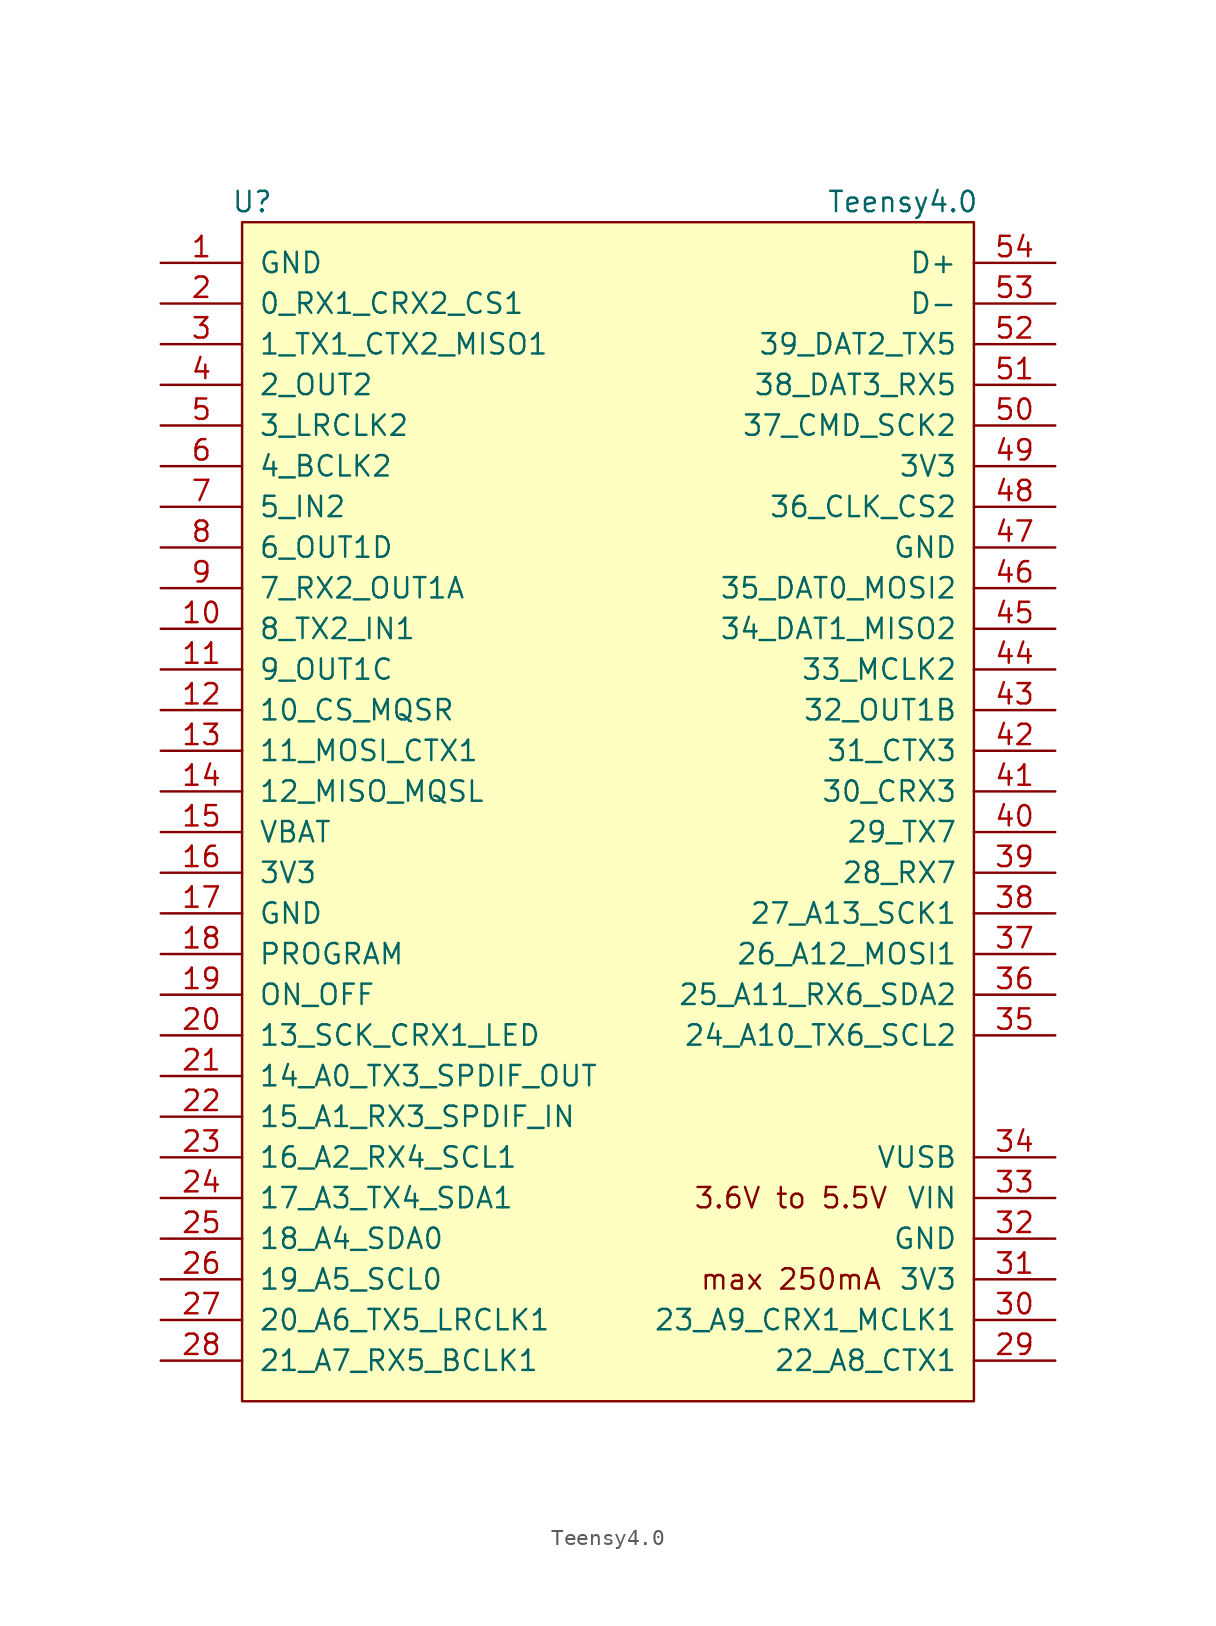
<source format=kicad_sym>
(kicad_symbol_lib
  (version 20241209)
  (generator "kicad_symbol_editor")
  (generator_version "9.0")
  (symbol "Teensy4.0"
    (pin_names
      (offset 1.016))
    (property "Reference" "U"
      (at -22.225 38.1 0)
      (effects (font (size 1.27 1.27))))
    (property "Value" "Teensy4.0"
      (at 18.415 38.1 0)
      (effects (font (size 1.27 1.27))))
    (symbol "Teensy4.0_0_0"
      (text "3.6V to 5.5V" (at 11.43 -24.13 0) (effects (font (size 1.27 1.27))))
      (text "max 250mA" (at 11.43 -29.21 0) (effects (font (size 1.27 1.27))))
      (pin bidirectional line (at -27.94 24.13 0) (length 5.08) (name "3_LRCLK2" (effects (font (size 1.27 1.27)))) (number "5" (effects (font (size 1.27 1.27)))))
      (pin bidirectional line (at -27.94 21.59 0) (length 5.08) (name "4_BCLK2" (effects (font (size 1.27 1.27)))) (number "6" (effects (font (size 1.27 1.27)))))
      (pin bidirectional line (at -27.94 19.05 0) (length 5.08) (name "5_IN2" (effects (font (size 1.27 1.27)))) (number "7" (effects (font (size 1.27 1.27)))))
      (pin bidirectional line (at -27.94 16.51 0) (length 5.08) (name "6_OUT1D" (effects (font (size 1.27 1.27)))) (number "8" (effects (font (size 1.27 1.27)))))
      (pin bidirectional line (at -27.94 13.97 0) (length 5.08) (name "7_RX2_OUT1A" (effects (font (size 1.27 1.27)))) (number "9" (effects (font (size 1.27 1.27)))))
      (pin bidirectional line (at -27.94 11.43 0) (length 5.08) (name "8_TX2_IN1" (effects (font (size 1.27 1.27)))) (number "10" (effects (font (size 1.27 1.27)))))
      (pin bidirectional line (at -27.94 8.89 0) (length 5.08) (name "9_OUT1C" (effects (font (size 1.27 1.27)))) (number "11" (effects (font (size 1.27 1.27)))))
      (pin bidirectional line (at -27.94 6.35 0) (length 5.08) (name "10_CS_MQSR" (effects (font (size 1.27 1.27)))) (number "12" (effects (font (size 1.27 1.27)))))
      (pin bidirectional line (at -27.94 3.81 0) (length 5.08) (name "11_MOSI_CTX1" (effects (font (size 1.27 1.27)))) (number "13" (effects (font (size 1.27 1.27)))))
      (pin bidirectional line (at -27.94 1.27 0) (length 5.08) (name "12_MISO_MQSL" (effects (font (size 1.27 1.27)))) (number "14" (effects (font (size 1.27 1.27)))))
      (pin power_in line (at -27.94 -1.27 0) (length 5.08) (name "VBAT" (effects (font (size 1.27 1.27)))) (number "15" (effects (font (size 1.27 1.27)))))
      (pin power_in line (at -27.94 -3.81 0) (length 5.08) (name "3V3" (effects (font (size 1.27 1.27)))) (number "16" (effects (font (size 1.27 1.27)))))
      (pin power_in line (at -27.94 -6.35 0) (length 5.08) (name "GND" (effects (font (size 1.27 1.27)))) (number "17" (effects (font (size 1.27 1.27)))))
      (pin input line (at -27.94 -8.89 0) (length 5.08) (name "PROGRAM" (effects (font (size 1.27 1.27)))) (number "18" (effects (font (size 1.27 1.27)))))
      (pin input line (at -27.94 -11.43 0) (length 5.08) (name "ON_OFF" (effects (font (size 1.27 1.27)))) (number "19" (effects (font (size 1.27 1.27)))))
      (pin bidirectional line (at -27.94 -13.97 0) (length 5.08) (name "13_SCK_CRX1_LED" (effects (font (size 1.27 1.27)))) (number "20" (effects (font (size 1.27 1.27)))))
      (pin bidirectional line (at -27.94 -16.51 0) (length 5.08) (name "14_A0_TX3_SPDIF_OUT" (effects (font (size 1.27 1.27)))) (number "21" (effects (font (size 1.27 1.27)))))
      (pin bidirectional line (at -27.94 -19.05 0) (length 5.08) (name "15_A1_RX3_SPDIF_IN" (effects (font (size 1.27 1.27)))) (number "22" (effects (font (size 1.27 1.27)))))
      (pin bidirectional line (at -27.94 -21.59 0) (length 5.08) (name "16_A2_RX4_SCL1" (effects (font (size 1.27 1.27)))) (number "23" (effects (font (size 1.27 1.27)))))
      (pin bidirectional line (at -27.94 -24.13 0) (length 5.08) (name "17_A3_TX4_SDA1" (effects (font (size 1.27 1.27)))) (number "24" (effects (font (size 1.27 1.27)))))
      (pin bidirectional line (at -27.94 -26.67 0) (length 5.08) (name "18_A4_SDA0" (effects (font (size 1.27 1.27)))) (number "25" (effects (font (size 1.27 1.27)))))
      (pin bidirectional line (at -27.94 -29.21 0) (length 5.08) (name "19_A5_SCL0" (effects (font (size 1.27 1.27)))) (number "26" (effects (font (size 1.27 1.27)))))
      (pin bidirectional line (at -27.94 -31.75 0) (length 5.08) (name "20_A6_TX5_LRCLK1" (effects (font (size 1.27 1.27)))) (number "27" (effects (font (size 1.27 1.27)))))
      (pin bidirectional line (at -27.94 -34.29 0) (length 5.08) (name "21_A7_RX5_BCLK1" (effects (font (size 1.27 1.27)))) (number "28" (effects (font (size 1.27 1.27)))))
      (pin bidirectional line (at 27.94 34.29 180) (length 5.08) (name "D+" (effects (font (size 1.27 1.27)))) (number "54" (effects (font (size 1.27 1.27)))))
      (pin bidirectional line (at 27.94 31.75 180) (length 5.08) (name "D-" (effects (font (size 1.27 1.27)))) (number "53" (effects (font (size 1.27 1.27)))))
      (pin bidirectional line (at 27.94 29.21 180) (length 5.08) (name "39_DAT2_TX5" (effects (font (size 1.27 1.27)))) (number "52" (effects (font (size 1.27 1.27)))))
      (pin bidirectional line (at 27.94 26.67 180) (length 5.08) (name "38_DAT3_RX5" (effects (font (size 1.27 1.27)))) (number "51" (effects (font (size 1.27 1.27)))))
      (pin bidirectional line (at 27.94 24.13 180) (length 5.08) (name "37_CMD_SCK2" (effects (font (size 1.27 1.27)))) (number "50" (effects (font (size 1.27 1.27)))))
      (pin power_out line (at 27.94 21.59 180) (length 5.08) (name "3V3" (effects (font (size 1.27 1.27)))) (number "49" (effects (font (size 1.27 1.27)))))
      (pin bidirectional line (at 27.94 19.05 180) (length 5.08) (name "36_CLK_CS2" (effects (font (size 1.27 1.27)))) (number "48" (effects (font (size 1.27 1.27)))))
      (pin power_out line (at 27.94 16.51 180) (length 5.08) (name "GND" (effects (font (size 1.27 1.27)))) (number "47" (effects (font (size 1.27 1.27)))))
      (pin bidirectional line (at 27.94 13.97 180) (length 5.08) (name "35_DAT0_MOSI2" (effects (font (size 1.27 1.27)))) (number "46" (effects (font (size 1.27 1.27)))))
      (pin bidirectional line (at 27.94 11.43 180) (length 5.08) (name "34_DAT1_MISO2" (effects (font (size 1.27 1.27)))) (number "45" (effects (font (size 1.27 1.27)))))
      (pin bidirectional line (at 27.94 8.89 180) (length 5.08) (name "33_MCLK2" (effects (font (size 1.27 1.27)))) (number "44" (effects (font (size 1.27 1.27)))))
      (pin bidirectional line (at 27.94 6.35 180) (length 5.08) (name "32_OUT1B" (effects (font (size 1.27 1.27)))) (number "43" (effects (font (size 1.27 1.27)))))
      (pin bidirectional line (at 27.94 3.81 180) (length 5.08) (name "31_CTX3" (effects (font (size 1.27 1.27)))) (number "42" (effects (font (size 1.27 1.27)))))
      (pin bidirectional line (at 27.94 1.27 180) (length 5.08) (name "30_CRX3" (effects (font (size 1.27 1.27)))) (number "41" (effects (font (size 1.27 1.27)))))
      (pin bidirectional line (at 27.94 -1.27 180) (length 5.08) (name "29_TX7" (effects (font (size 1.27 1.27)))) (number "40" (effects (font (size 1.27 1.27)))))
      (pin bidirectional line (at 27.94 -3.81 180) (length 5.08) (name "28_RX7" (effects (font (size 1.27 1.27)))) (number "39" (effects (font (size 1.27 1.27)))))
      (pin bidirectional line (at 27.94 -6.35 180) (length 5.08) (name "27_A13_SCK1" (effects (font (size 1.27 1.27)))) (number "38" (effects (font (size 1.27 1.27)))))
      (pin bidirectional line (at 27.94 -8.89 180) (length 5.08) (name "26_A12_MOSI1" (effects (font (size 1.27 1.27)))) (number "37" (effects (font (size 1.27 1.27)))))
      (pin bidirectional line (at 27.94 -11.43 180) (length 5.08) (name "25_A11_RX6_SDA2" (effects (font (size 1.27 1.27)))) (number "36" (effects (font (size 1.27 1.27)))))
      (pin bidirectional line (at 27.94 -13.97 180) (length 5.08) (name "24_A10_TX6_SCL2" (effects (font (size 1.27 1.27)))) (number "35" (effects (font (size 1.27 1.27)))))
      (pin power_out line (at 27.94 -21.59 180) (length 5.08) (name "VUSB" (effects (font (size 1.27 1.27)))) (number "34" (effects (font (size 1.27 1.27)))))
      (pin power_in line (at 27.94 -24.13 180) (length 5.08) (name "VIN" (effects (font (size 1.27 1.27)))) (number "33" (effects (font (size 1.27 1.27)))))
      (pin power_in line (at 27.94 -26.67 180) (length 5.08) (name "GND" (effects (font (size 1.27 1.27)))) (number "32" (effects (font (size 1.27 1.27)))))
      (pin power_out line (at 27.94 -29.21 180) (length 5.08) (name "3V3" (effects (font (size 1.27 1.27)))) (number "31" (effects (font (size 1.27 1.27)))))
      (pin bidirectional line (at 27.94 -31.75 180) (length 5.08) (name "23_A9_CRX1_MCLK1" (effects (font (size 1.27 1.27)))) (number "30" (effects (font (size 1.27 1.27)))))
      (pin bidirectional line (at 27.94 -34.29 180) (length 5.08) (name "22_A8_CTX1" (effects (font (size 1.27 1.27)))) (number "29" (effects (font (size 1.27 1.27))))))
    (symbol "Teensy4.0_0_1"
      (rectangle (start -22.86 36.83) (end 22.86 -36.83) (stroke (width 0) (type default)) (fill (type background)))
      (rectangle (start -20.32 -31.75) (end -20.32 -31.75) (stroke (width 0) (type default)) (fill (type none))))
    (symbol "Teensy4.0_1_1"
      (pin power_in line (at -27.94 34.29 0) (length 5.08) (name "GND" (effects (font (size 1.27 1.27)))) (number "1" (effects (font (size 1.27 1.27)))))
      (pin bidirectional line (at -27.94 31.75 0) (length 5.08) (name "0_RX1_CRX2_CS1" (effects (font (size 1.27 1.27)))) (number "2" (effects (font (size 1.27 1.27)))))
      (pin bidirectional line (at -27.94 29.21 0) (length 5.08) (name "1_TX1_CTX2_MISO1" (effects (font (size 1.27 1.27)))) (number "3" (effects (font (size 1.27 1.27)))))
      (pin bidirectional line (at -27.94 26.67 0) (length 5.08) (name "2_OUT2" (effects (font (size 1.27 1.27)))) (number "4" (effects (font (size 1.27 1.27))))))))
</source>
